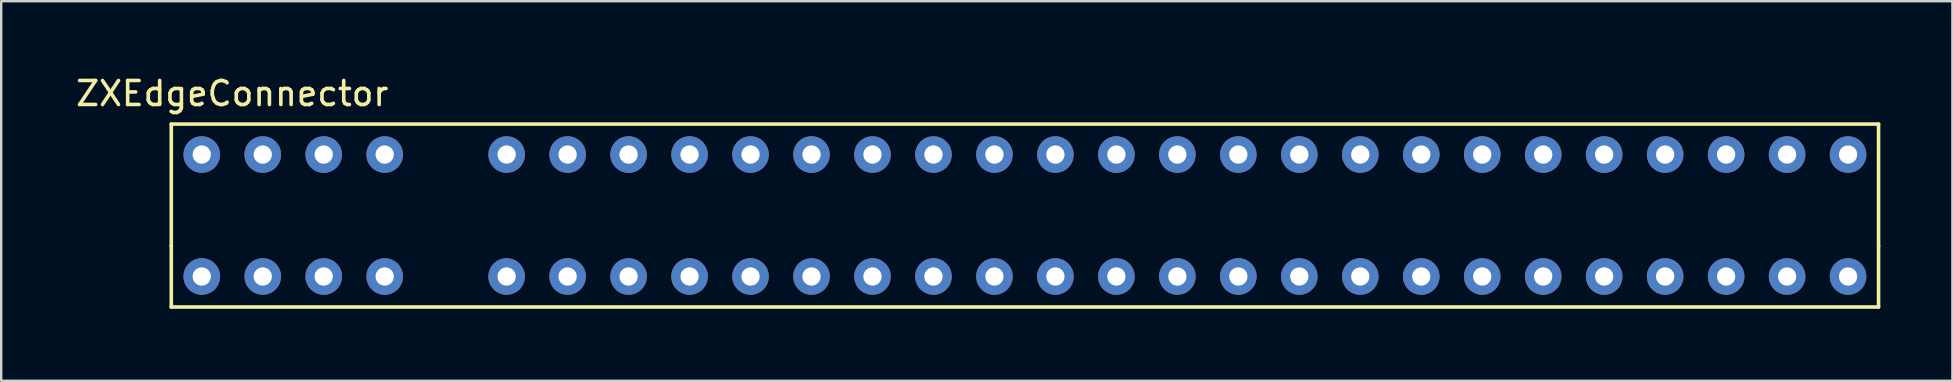
<source format=kicad_pcb>
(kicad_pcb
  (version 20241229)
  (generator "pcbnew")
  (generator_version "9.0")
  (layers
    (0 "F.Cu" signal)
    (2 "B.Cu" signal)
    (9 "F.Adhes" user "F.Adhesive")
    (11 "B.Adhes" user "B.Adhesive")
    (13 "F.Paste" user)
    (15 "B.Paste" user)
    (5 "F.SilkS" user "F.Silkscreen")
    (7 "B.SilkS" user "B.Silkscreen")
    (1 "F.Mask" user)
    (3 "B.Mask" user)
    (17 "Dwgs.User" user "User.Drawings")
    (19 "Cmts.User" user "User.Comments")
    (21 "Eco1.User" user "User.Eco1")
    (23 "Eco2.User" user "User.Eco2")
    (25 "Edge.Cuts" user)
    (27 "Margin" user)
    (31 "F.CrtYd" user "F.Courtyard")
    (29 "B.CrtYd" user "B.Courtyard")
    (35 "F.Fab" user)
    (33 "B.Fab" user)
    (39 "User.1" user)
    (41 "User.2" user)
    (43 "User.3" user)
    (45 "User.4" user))
  (footprint "ZXEdgeConnector"
    (layer "F.Cu")
    (at 5.355 5.928)
    (property "Reference" "ZXEdgeConnector" (at 1.27 -5.08 0) (layer "F.SilkS") (effects (font (size 1 1) (thickness 0.15))))
    (attr through_hole)
    (fp_line (start -1.27 -3.81) (end 69.85 -3.81) (stroke (width 0.15) (type solid)) (layer "F.SilkS"))
    (fp_line (start -1.27 1.27) (end -1.27 -3.81) (stroke (width 0.15) (type solid)) (layer "F.SilkS"))
    (fp_line (start -1.27 1.27) (end -1.27 3.81) (stroke (width 0.15) (type solid)) (layer "F.SilkS"))
    (fp_line (start -1.27 3.81) (end 69.85 3.81) (stroke (width 0.15) (type solid)) (layer "F.SilkS"))
    (fp_line (start 69.85 -3.81) (end 69.85 1.27) (stroke (width 0.15) (type solid)) (layer "F.SilkS"))
    (fp_line (start 69.85 3.81) (end 69.85 1.27) (stroke (width 0.15) (type solid)) (layer "F.SilkS"))
    (pad "L1" thru_hole circle (at 0 2.54) (size 1.524 1.524) (drill 0.762) (layers "*.Cu" "*.Mask"))
    (pad "L2" thru_hole circle (at 2.54 2.54) (size 1.524 1.524) (drill 0.762) (layers "*.Cu" "*.Mask"))
    (pad "L3" thru_hole circle (at 5.08 2.54) (size 1.524 1.524) (drill 0.762) (layers "*.Cu" "*.Mask"))
    (pad "L4" thru_hole circle (at 7.62 2.54) (size 1.524 1.524) (drill 0.762) (layers "*.Cu" "*.Mask"))
    (pad "L6" thru_hole circle (at 12.7 2.54) (size 1.524 1.524) (drill 0.762) (layers "*.Cu" "*.Mask"))
    (pad "L7" thru_hole circle (at 15.24 2.54) (size 1.524 1.524) (drill 0.762) (layers "*.Cu" "*.Mask"))
    (pad "L8" thru_hole circle (at 17.78 2.54) (size 1.524 1.524) (drill 0.762) (layers "*.Cu" "*.Mask"))
    (pad "L9" thru_hole circle (at 20.32 2.54) (size 1.524 1.524) (drill 0.762) (layers "*.Cu" "*.Mask"))
    (pad "L10" thru_hole circle (at 22.86 2.54) (size 1.524 1.524) (drill 0.762) (layers "*.Cu" "*.Mask"))
    (pad "L11" thru_hole circle (at 25.4 2.54) (size 1.524 1.524) (drill 0.762) (layers "*.Cu" "*.Mask"))
    (pad "L12" thru_hole circle (at 27.94 2.54) (size 1.524 1.524) (drill 0.762) (layers "*.Cu" "*.Mask"))
    (pad "L13" thru_hole circle (at 30.48 2.54) (size 1.524 1.524) (drill 0.762) (layers "*.Cu" "*.Mask"))
    (pad "L14" thru_hole circle (at 33.02 2.54) (size 1.524 1.524) (drill 0.762) (layers "*.Cu" "*.Mask"))
    (pad "L15" thru_hole circle (at 35.56 2.54) (size 1.524 1.524) (drill 0.762) (layers "*.Cu" "*.Mask"))
    (pad "L16" thru_hole circle (at 38.1 2.54) (size 1.524 1.524) (drill 0.762) (layers "*.Cu" "*.Mask"))
    (pad "L17" thru_hole circle (at 40.64 2.54) (size 1.524 1.524) (drill 0.762) (layers "*.Cu" "*.Mask"))
    (pad "L18" thru_hole circle (at 43.18 2.54) (size 1.524 1.524) (drill 0.762) (layers "*.Cu" "*.Mask"))
    (pad "L19" thru_hole circle (at 45.72 2.54) (size 1.524 1.524) (drill 0.762) (layers "*.Cu" "*.Mask"))
    (pad "L20" thru_hole circle (at 48.26 2.54) (size 1.524 1.524) (drill 0.762) (layers "*.Cu" "*.Mask"))
    (pad "L21" thru_hole circle (at 50.8 2.54) (size 1.524 1.524) (drill 0.762) (layers "*.Cu" "*.Mask"))
    (pad "L22" thru_hole circle (at 53.34 2.54) (size 1.524 1.524) (drill 0.762) (layers "*.Cu" "*.Mask"))
    (pad "L23" thru_hole circle (at 55.88 2.54) (size 1.524 1.524) (drill 0.762) (layers "*.Cu" "*.Mask"))
    (pad "L24" thru_hole circle (at 58.42 2.54) (size 1.524 1.524) (drill 0.762) (layers "*.Cu" "*.Mask"))
    (pad "L25" thru_hole circle (at 60.96 2.54) (size 1.524 1.524) (drill 0.762) (layers "*.Cu" "*.Mask"))
    (pad "L26" thru_hole circle (at 63.5 2.54) (size 1.524 1.524) (drill 0.762) (layers "*.Cu" "*.Mask"))
    (pad "L27" thru_hole circle (at 66.04 2.54) (size 1.524 1.524) (drill 0.762) (layers "*.Cu" "*.Mask"))
    (pad "L28" thru_hole circle (at 68.58 2.54) (size 1.524 1.524) (drill 0.762) (layers "*.Cu" "*.Mask"))
    (pad "U1" thru_hole circle (at 0 -2.54) (size 1.524 1.524) (drill 0.762) (layers "*.Cu" "*.Mask"))
    (pad "U2" thru_hole circle (at 2.54 -2.54) (size 1.524 1.524) (drill 0.762) (layers "*.Cu" "*.Mask"))
    (pad "U3" thru_hole circle (at 5.08 -2.54) (size 1.524 1.524) (drill 0.762) (layers "*.Cu" "*.Mask"))
    (pad "U4" thru_hole circle (at 7.62 -2.54) (size 1.524 1.524) (drill 0.762) (layers "*.Cu" "*.Mask"))
    (pad "U6" thru_hole circle (at 12.7 -2.54) (size 1.524 1.524) (drill 0.762) (layers "*.Cu" "*.Mask"))
    (pad "U7" thru_hole circle (at 15.24 -2.54) (size 1.524 1.524) (drill 0.762) (layers "*.Cu" "*.Mask"))
    (pad "U8" thru_hole circle (at 17.78 -2.54) (size 1.524 1.524) (drill 0.762) (layers "*.Cu" "*.Mask"))
    (pad "U9" thru_hole circle (at 20.32 -2.54) (size 1.524 1.524) (drill 0.762) (layers "*.Cu" "*.Mask"))
    (pad "U10" thru_hole circle (at 22.86 -2.54) (size 1.524 1.524) (drill 0.762) (layers "*.Cu" "*.Mask"))
    (pad "U11" thru_hole circle (at 25.4 -2.54) (size 1.524 1.524) (drill 0.762) (layers "*.Cu" "*.Mask"))
    (pad "U12" thru_hole circle (at 27.94 -2.54) (size 1.524 1.524) (drill 0.762) (layers "*.Cu" "*.Mask"))
    (pad "U13" thru_hole circle (at 30.48 -2.54) (size 1.524 1.524) (drill 0.762) (layers "*.Cu" "*.Mask"))
    (pad "U14" thru_hole circle (at 33.02 -2.54) (size 1.524 1.524) (drill 0.762) (layers "*.Cu" "*.Mask"))
    (pad "U15" thru_hole circle (at 35.56 -2.54) (size 1.524 1.524) (drill 0.762) (layers "*.Cu" "*.Mask"))
    (pad "U16" thru_hole circle (at 38.1 -2.54) (size 1.524 1.524) (drill 0.762) (layers "*.Cu" "*.Mask"))
    (pad "U17" thru_hole circle (at 40.64 -2.54) (size 1.524 1.524) (drill 0.762) (layers "*.Cu" "*.Mask"))
    (pad "U18" thru_hole circle (at 43.18 -2.54) (size 1.524 1.524) (drill 0.762) (layers "*.Cu" "*.Mask"))
    (pad "U19" thru_hole circle (at 45.72 -2.54) (size 1.524 1.524) (drill 0.762) (layers "*.Cu" "*.Mask"))
    (pad "U20" thru_hole circle (at 48.26 -2.54) (size 1.524 1.524) (drill 0.762) (layers "*.Cu" "*.Mask"))
    (pad "U21" thru_hole circle (at 50.8 -2.54) (size 1.524 1.524) (drill 0.762) (layers "*.Cu" "*.Mask"))
    (pad "U22" thru_hole circle (at 53.34 -2.54) (size 1.524 1.524) (drill 0.762) (layers "*.Cu" "*.Mask"))
    (pad "U23" thru_hole circle (at 55.88 -2.54) (size 1.524 1.524) (drill 0.762) (layers "*.Cu" "*.Mask"))
    (pad "U24" thru_hole circle (at 58.42 -2.54) (size 1.524 1.524) (drill 0.762) (layers "*.Cu" "*.Mask"))
    (pad "U25" thru_hole circle (at 60.96 -2.54) (size 1.524 1.524) (drill 0.762) (layers "*.Cu" "*.Mask"))
    (pad "U26" thru_hole circle (at 63.5 -2.54) (size 1.524 1.524) (drill 0.762) (layers "*.Cu" "*.Mask"))
    (pad "U27" thru_hole circle (at 66.04 -2.54) (size 1.524 1.524) (drill 0.762) (layers "*.Cu" "*.Mask"))
    (pad "U28" thru_hole circle (at 68.58 -2.54) (size 1.524 1.524) (drill 0.762) (layers "*.Cu" "*.Mask")))
  (gr_rect
    (start -3 -3)
    (end 78.28 12.813)
    (stroke (width 0.1) (type default))
    (fill no)
    (layer "Edge.Cuts")))
</source>
